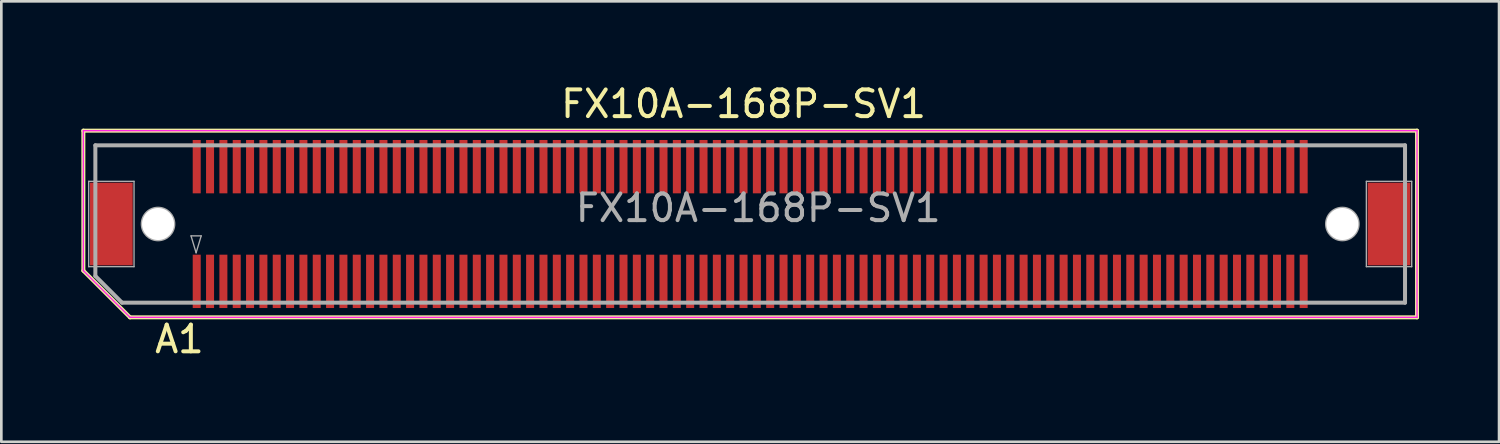
<source format=kicad_pcb>
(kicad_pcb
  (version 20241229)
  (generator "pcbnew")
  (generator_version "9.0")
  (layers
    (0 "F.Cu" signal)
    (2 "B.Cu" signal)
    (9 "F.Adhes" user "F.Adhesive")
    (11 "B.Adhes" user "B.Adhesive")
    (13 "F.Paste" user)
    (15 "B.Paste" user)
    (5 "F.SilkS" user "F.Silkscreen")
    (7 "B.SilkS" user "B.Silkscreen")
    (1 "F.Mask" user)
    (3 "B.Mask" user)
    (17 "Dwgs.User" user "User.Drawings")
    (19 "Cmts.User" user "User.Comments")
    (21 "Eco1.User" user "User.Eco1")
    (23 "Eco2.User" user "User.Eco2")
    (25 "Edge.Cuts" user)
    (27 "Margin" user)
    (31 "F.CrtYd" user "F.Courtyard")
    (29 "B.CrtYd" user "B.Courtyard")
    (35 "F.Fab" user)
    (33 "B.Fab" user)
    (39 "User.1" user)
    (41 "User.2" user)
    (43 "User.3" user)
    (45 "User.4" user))
  (footprint "FX10A-168P-SV1"
    (layer "F.Cu")
    (at 25.075 5.348)
    (property "Reference" "FX10A-168P-SV1" (at -0.25 -4.5 0) (layer "F.SilkS") (effects (font (size 1 1) (thickness 0.15))))
    (attr through_hole)
    (fp_line (start -25 -3.5) (end 25 -3.5) (stroke (width 0.15) (type solid)) (layer "F.SilkS"))
    (fp_line (start -25 1.75) (end -25 -3.5) (stroke (width 0.15) (type solid)) (layer "F.SilkS"))
    (fp_line (start -23.25 3.5) (end -25 1.75) (stroke (width 0.15) (type solid)) (layer "F.SilkS"))
    (fp_line (start 25 -3.5) (end 25 3.5) (stroke (width 0.15) (type solid)) (layer "F.SilkS"))
    (fp_line (start 25 3.5) (end -23.25 3.5) (stroke (width 0.15) (type solid)) (layer "F.SilkS"))
    (fp_line (start -25 -3.5) (end -25 1.75) (stroke (width 0.05) (type solid)) (layer "F.CrtYd"))
    (fp_line (start -25 1.75) (end -23.25 3.5) (stroke (width 0.05) (type solid)) (layer "F.CrtYd"))
    (fp_line (start -23.25 3.5) (end 25 3.5) (stroke (width 0.05) (type solid)) (layer "F.CrtYd"))
    (fp_line (start 25 -3.5) (end -25 -3.5) (stroke (width 0.05) (type solid)) (layer "F.CrtYd"))
    (fp_line (start 25 3.5) (end 25 -3.5) (stroke (width 0.05) (type solid)) (layer "F.CrtYd"))
    (fp_line (start -24.8 -1.6) (end -23.1 -1.6) (stroke (width 0.05) (type solid)) (layer "F.Fab"))
    (fp_line (start -24.8 1.6) (end -24.8 -1.6) (stroke (width 0.05) (type solid)) (layer "F.Fab"))
    (fp_line (start -24.55 -2.95) (end -24.55 1.95) (stroke (width 0.15) (type solid)) (layer "F.Fab"))
    (fp_line (start -24.55 -2.95) (end 24.55 -2.95) (stroke (width 0.15) (type solid)) (layer "F.Fab"))
    (fp_line (start -24.55 1.95) (end -23.55 2.95) (stroke (width 0.15) (type solid)) (layer "F.Fab"))
    (fp_line (start -23.55 2.95) (end 24.55 2.95) (stroke (width 0.15) (type solid)) (layer "F.Fab"))
    (fp_line (start -23.1 -1.6) (end -23.1 1.6) (stroke (width 0.05) (type solid)) (layer "F.Fab"))
    (fp_line (start -23.1 1.6) (end -24.8 1.6) (stroke (width 0.05) (type solid)) (layer "F.Fab"))
    (fp_line (start -20.963 0.445) (end -20.773 1.079) (stroke (width 0.05) (type solid)) (layer "F.Fab"))
    (fp_line (start -20.773 1.079) (end -20.582 0.445) (stroke (width 0.05) (type solid)) (layer "F.Fab"))
    (fp_line (start -20.582 0.445) (end -20.963 0.445) (stroke (width 0.05) (type solid)) (layer "F.Fab"))
    (fp_line (start 23.1 -1.6) (end 24.8 -1.6) (stroke (width 0.05) (type solid)) (layer "F.Fab"))
    (fp_line (start 23.1 1.6) (end 23.1 -1.6) (stroke (width 0.05) (type solid)) (layer "F.Fab"))
    (fp_line (start 24.55 -2.95) (end 24.55 2.95) (stroke (width 0.15) (type solid)) (layer "F.Fab"))
    (fp_line (start 24.8 -1.6) (end 24.8 1.6) (stroke (width 0.05) (type solid)) (layer "F.Fab"))
    (fp_line (start 24.8 1.6) (end 23.1 1.6) (stroke (width 0.05) (type solid)) (layer "F.Fab"))
    (fp_circle (center -22.2 0) (end -22.8 0) (stroke (width 0.1) (type solid)) (fill no) (layer "F.Fab"))
    (fp_circle (center 22.2 0) (end 22.8 0) (stroke (width 0.1) (type solid)) (fill no) (layer "F.Fab"))
    (fp_text user "A1" (at -21.399 4.318 0) (layer "F.SilkS") (effects (font (size 1 1) (thickness 0.15))))
    (fp_text user "${REFERENCE}" (at 0.3 -0.6 0) (layer "F.Fab") (effects (font (size 1 1) (thickness 0.15))))
    (pad "" smd rect (at -23.95 0) (size 1.6 3.1) (layers "F.Cu" "F.Mask" "F.Paste"))
    (pad "" np_thru_hole circle (at -22.2 0) (size 1.2 1.2) (drill 1.2) (layers "*.Mask" "F.Cu"))
    (pad "" np_thru_hole circle (at 22.2 0) (size 1.2 1.2) (drill 1.2) (layers "*.Mask" "F.Cu"))
    (pad "" smd rect (at 23.95 0) (size 1.6 3.1) (layers "F.Cu" "F.Mask" "F.Paste"))
    (pad "A1" smd rect (at -20.75 2.15) (size 0.3 2) (layers "F.Cu" "F.Mask" "F.Paste"))
    (pad "A2" smd rect (at -20.25 2.15) (size 0.3 2) (layers "F.Cu" "F.Mask" "F.Paste"))
    (pad "A3" smd rect (at -19.75 2.15) (size 0.3 2) (layers "F.Cu" "F.Mask" "F.Paste"))
    (pad "A4" smd rect (at -19.25 2.15) (size 0.3 2) (layers "F.Cu" "F.Mask" "F.Paste"))
    (pad "A5" smd rect (at -18.75 2.15) (size 0.3 2) (layers "F.Cu" "F.Mask" "F.Paste"))
    (pad "A6" smd rect (at -18.25 2.15) (size 0.3 2) (layers "F.Cu" "F.Mask" "F.Paste"))
    (pad "A7" smd rect (at -17.75 2.15) (size 0.3 2) (layers "F.Cu" "F.Mask" "F.Paste"))
    (pad "A8" smd rect (at -17.25 2.15) (size 0.3 2) (layers "F.Cu" "F.Mask" "F.Paste"))
    (pad "A9" smd rect (at -16.75 2.15) (size 0.3 2) (layers "F.Cu" "F.Mask" "F.Paste"))
    (pad "A10" smd rect (at -16.25 2.15) (size 0.3 2) (layers "F.Cu" "F.Mask" "F.Paste"))
    (pad "A11" smd rect (at -15.75 2.15) (size 0.3 2) (layers "F.Cu" "F.Mask" "F.Paste"))
    (pad "A12" smd rect (at -15.25 2.15) (size 0.3 2) (layers "F.Cu" "F.Mask" "F.Paste"))
    (pad "A13" smd rect (at -14.75 2.15) (size 0.3 2) (layers "F.Cu" "F.Mask" "F.Paste"))
    (pad "A14" smd rect (at -14.25 2.15) (size 0.3 2) (layers "F.Cu" "F.Mask" "F.Paste"))
    (pad "A15" smd rect (at -13.75 2.15) (size 0.3 2) (layers "F.Cu" "F.Mask" "F.Paste"))
    (pad "A16" smd rect (at -13.25 2.15) (size 0.3 2) (layers "F.Cu" "F.Mask" "F.Paste"))
    (pad "A17" smd rect (at -12.75 2.15) (size 0.3 2) (layers "F.Cu" "F.Mask" "F.Paste"))
    (pad "A18" smd rect (at -12.25 2.15) (size 0.3 2) (layers "F.Cu" "F.Mask" "F.Paste"))
    (pad "A19" smd rect (at -11.75 2.15) (size 0.3 2) (layers "F.Cu" "F.Mask" "F.Paste"))
    (pad "A20" smd rect (at -11.25 2.15) (size 0.3 2) (layers "F.Cu" "F.Mask" "F.Paste"))
    (pad "A21" smd rect (at -10.75 2.15) (size 0.3 2) (layers "F.Cu" "F.Mask" "F.Paste"))
    (pad "A22" smd rect (at -10.25 2.15) (size 0.3 2) (layers "F.Cu" "F.Mask" "F.Paste"))
    (pad "A23" smd rect (at -9.75 2.15) (size 0.3 2) (layers "F.Cu" "F.Mask" "F.Paste"))
    (pad "A24" smd rect (at -9.25 2.15) (size 0.3 2) (layers "F.Cu" "F.Mask" "F.Paste"))
    (pad "A25" smd rect (at -8.75 2.15) (size 0.3 2) (layers "F.Cu" "F.Mask" "F.Paste"))
    (pad "A26" smd rect (at -8.25 2.15) (size 0.3 2) (layers "F.Cu" "F.Mask" "F.Paste"))
    (pad "A27" smd rect (at -7.75 2.15) (size 0.3 2) (layers "F.Cu" "F.Mask" "F.Paste"))
    (pad "A28" smd rect (at -7.25 2.15) (size 0.3 2) (layers "F.Cu" "F.Mask" "F.Paste"))
    (pad "A29" smd rect (at -6.75 2.15) (size 0.3 2) (layers "F.Cu" "F.Mask" "F.Paste"))
    (pad "A30" smd rect (at -6.25 2.15) (size 0.3 2) (layers "F.Cu" "F.Mask" "F.Paste"))
    (pad "A31" smd rect (at -5.75 2.15) (size 0.3 2) (layers "F.Cu" "F.Mask" "F.Paste"))
    (pad "A32" smd rect (at -5.25 2.15) (size 0.3 2) (layers "F.Cu" "F.Mask" "F.Paste"))
    (pad "A33" smd rect (at -4.75 2.15) (size 0.3 2) (layers "F.Cu" "F.Mask" "F.Paste"))
    (pad "A34" smd rect (at -4.25 2.15) (size 0.3 2) (layers "F.Cu" "F.Mask" "F.Paste"))
    (pad "A35" smd rect (at -3.75 2.15) (size 0.3 2) (layers "F.Cu" "F.Mask" "F.Paste"))
    (pad "A36" smd rect (at -3.25 2.15) (size 0.3 2) (layers "F.Cu" "F.Mask" "F.Paste"))
    (pad "A37" smd rect (at -2.75 2.15) (size 0.3 2) (layers "F.Cu" "F.Mask" "F.Paste"))
    (pad "A38" smd rect (at -2.25 2.15) (size 0.3 2) (layers "F.Cu" "F.Mask" "F.Paste"))
    (pad "A39" smd rect (at -1.75 2.15) (size 0.3 2) (layers "F.Cu" "F.Mask" "F.Paste"))
    (pad "A40" smd rect (at -1.25 2.15) (size 0.3 2) (layers "F.Cu" "F.Mask" "F.Paste"))
    (pad "A41" smd rect (at -0.75 2.15) (size 0.3 2) (layers "F.Cu" "F.Mask" "F.Paste"))
    (pad "A42" smd rect (at -0.25 2.15) (size 0.3 2) (layers "F.Cu" "F.Mask" "F.Paste"))
    (pad "A43" smd rect (at 0.25 2.15) (size 0.3 2) (layers "F.Cu" "F.Mask" "F.Paste"))
    (pad "A44" smd rect (at 0.75 2.15) (size 0.3 2) (layers "F.Cu" "F.Mask" "F.Paste"))
    (pad "A45" smd rect (at 1.25 2.15) (size 0.3 2) (layers "F.Cu" "F.Mask" "F.Paste"))
    (pad "A46" smd rect (at 1.75 2.15) (size 0.3 2) (layers "F.Cu" "F.Mask" "F.Paste"))
    (pad "A47" smd rect (at 2.25 2.15) (size 0.3 2) (layers "F.Cu" "F.Mask" "F.Paste"))
    (pad "A48" smd rect (at 2.75 2.15) (size 0.3 2) (layers "F.Cu" "F.Mask" "F.Paste"))
    (pad "A49" smd rect (at 3.25 2.15) (size 0.3 2) (layers "F.Cu" "F.Mask" "F.Paste"))
    (pad "A50" smd rect (at 3.75 2.15) (size 0.3 2) (layers "F.Cu" "F.Mask" "F.Paste"))
    (pad "A51" smd rect (at 4.25 2.15) (size 0.3 2) (layers "F.Cu" "F.Mask" "F.Paste"))
    (pad "A52" smd rect (at 4.75 2.15) (size 0.3 2) (layers "F.Cu" "F.Mask" "F.Paste"))
    (pad "A53" smd rect (at 5.25 2.15) (size 0.3 2) (layers "F.Cu" "F.Mask" "F.Paste"))
    (pad "A54" smd rect (at 5.75 2.15) (size 0.3 2) (layers "F.Cu" "F.Mask" "F.Paste"))
    (pad "A55" smd rect (at 6.25 2.15) (size 0.3 2) (layers "F.Cu" "F.Mask" "F.Paste"))
    (pad "A56" smd rect (at 6.75 2.15) (size 0.3 2) (layers "F.Cu" "F.Mask" "F.Paste"))
    (pad "A57" smd rect (at 7.25 2.15) (size 0.3 2) (layers "F.Cu" "F.Mask" "F.Paste"))
    (pad "A58" smd rect (at 7.75 2.15) (size 0.3 2) (layers "F.Cu" "F.Mask" "F.Paste"))
    (pad "A59" smd rect (at 8.25 2.15) (size 0.3 2) (layers "F.Cu" "F.Mask" "F.Paste"))
    (pad "A60" smd rect (at 8.75 2.15) (size 0.3 2) (layers "F.Cu" "F.Mask" "F.Paste"))
    (pad "A61" smd rect (at 9.25 2.15) (size 0.3 2) (layers "F.Cu" "F.Mask" "F.Paste"))
    (pad "A62" smd rect (at 9.75 2.15) (size 0.3 2) (layers "F.Cu" "F.Mask" "F.Paste"))
    (pad "A63" smd rect (at 10.25 2.15) (size 0.3 2) (layers "F.Cu" "F.Mask" "F.Paste"))
    (pad "A64" smd rect (at 10.75 2.15) (size 0.3 2) (layers "F.Cu" "F.Mask" "F.Paste"))
    (pad "A65" smd rect (at 11.25 2.15) (size 0.3 2) (layers "F.Cu" "F.Mask" "F.Paste"))
    (pad "A66" smd rect (at 11.75 2.15) (size 0.3 2) (layers "F.Cu" "F.Mask" "F.Paste"))
    (pad "A67" smd rect (at 12.25 2.15) (size 0.3 2) (layers "F.Cu" "F.Mask" "F.Paste"))
    (pad "A68" smd rect (at 12.75 2.15) (size 0.3 2) (layers "F.Cu" "F.Mask" "F.Paste"))
    (pad "A69" smd rect (at 13.25 2.15) (size 0.3 2) (layers "F.Cu" "F.Mask" "F.Paste"))
    (pad "A70" smd rect (at 13.75 2.15) (size 0.3 2) (layers "F.Cu" "F.Mask" "F.Paste"))
    (pad "A71" smd rect (at 14.25 2.15) (size 0.3 2) (layers "F.Cu" "F.Mask" "F.Paste"))
    (pad "A72" smd rect (at 14.75 2.15) (size 0.3 2) (layers "F.Cu" "F.Mask" "F.Paste"))
    (pad "A73" smd rect (at 15.25 2.15) (size 0.3 2) (layers "F.Cu" "F.Mask" "F.Paste"))
    (pad "A74" smd rect (at 15.75 2.15) (size 0.3 2) (layers "F.Cu" "F.Mask" "F.Paste"))
    (pad "A75" smd rect (at 16.25 2.15) (size 0.3 2) (layers "F.Cu" "F.Mask" "F.Paste"))
    (pad "A76" smd rect (at 16.75 2.15) (size 0.3 2) (layers "F.Cu" "F.Mask" "F.Paste"))
    (pad "A77" smd rect (at 17.25 2.15) (size 0.3 2) (layers "F.Cu" "F.Mask" "F.Paste"))
    (pad "A78" smd rect (at 17.75 2.15) (size 0.3 2) (layers "F.Cu" "F.Mask" "F.Paste"))
    (pad "A79" smd rect (at 18.25 2.15) (size 0.3 2) (layers "F.Cu" "F.Mask" "F.Paste"))
    (pad "A80" smd rect (at 18.75 2.15) (size 0.3 2) (layers "F.Cu" "F.Mask" "F.Paste"))
    (pad "A81" smd rect (at 19.25 2.15) (size 0.3 2) (layers "F.Cu" "F.Mask" "F.Paste"))
    (pad "A82" smd rect (at 19.75 2.15) (size 0.3 2) (layers "F.Cu" "F.Mask" "F.Paste"))
    (pad "A83" smd rect (at 20.25 2.15) (size 0.3 2) (layers "F.Cu" "F.Mask" "F.Paste"))
    (pad "A84" smd rect (at 20.75 2.15) (size 0.3 2) (layers "F.Cu" "F.Mask" "F.Paste"))
    (pad "B1" smd rect (at -20.75 -2.15) (size 0.3 2) (layers "F.Cu" "F.Mask" "F.Paste"))
    (pad "B2" smd rect (at -20.25 -2.15) (size 0.3 2) (layers "F.Cu" "F.Mask" "F.Paste"))
    (pad "B3" smd rect (at -19.75 -2.15) (size 0.3 2) (layers "F.Cu" "F.Mask" "F.Paste"))
    (pad "B4" smd rect (at -19.25 -2.15) (size 0.3 2) (layers "F.Cu" "F.Mask" "F.Paste"))
    (pad "B5" smd rect (at -18.75 -2.15) (size 0.3 2) (layers "F.Cu" "F.Mask" "F.Paste"))
    (pad "B6" smd rect (at -18.25 -2.15) (size 0.3 2) (layers "F.Cu" "F.Mask" "F.Paste"))
    (pad "B7" smd rect (at -17.75 -2.15) (size 0.3 2) (layers "F.Cu" "F.Mask" "F.Paste"))
    (pad "B8" smd rect (at -17.25 -2.15) (size 0.3 2) (layers "F.Cu" "F.Mask" "F.Paste"))
    (pad "B9" smd rect (at -16.75 -2.15) (size 0.3 2) (layers "F.Cu" "F.Mask" "F.Paste"))
    (pad "B10" smd rect (at -16.25 -2.15) (size 0.3 2) (layers "F.Cu" "F.Mask" "F.Paste"))
    (pad "B11" smd rect (at -15.75 -2.15) (size 0.3 2) (layers "F.Cu" "F.Mask" "F.Paste"))
    (pad "B12" smd rect (at -15.25 -2.15) (size 0.3 2) (layers "F.Cu" "F.Mask" "F.Paste"))
    (pad "B13" smd rect (at -14.75 -2.15) (size 0.3 2) (layers "F.Cu" "F.Mask" "F.Paste"))
    (pad "B14" smd rect (at -14.25 -2.15) (size 0.3 2) (layers "F.Cu" "F.Mask" "F.Paste"))
    (pad "B15" smd rect (at -13.75 -2.15) (size 0.3 2) (layers "F.Cu" "F.Mask" "F.Paste"))
    (pad "B16" smd rect (at -13.25 -2.15) (size 0.3 2) (layers "F.Cu" "F.Mask" "F.Paste"))
    (pad "B17" smd rect (at -12.75 -2.15) (size 0.3 2) (layers "F.Cu" "F.Mask" "F.Paste"))
    (pad "B18" smd rect (at -12.25 -2.15) (size 0.3 2) (layers "F.Cu" "F.Mask" "F.Paste"))
    (pad "B19" smd rect (at -11.75 -2.15) (size 0.3 2) (layers "F.Cu" "F.Mask" "F.Paste"))
    (pad "B20" smd rect (at -11.25 -2.15) (size 0.3 2) (layers "F.Cu" "F.Mask" "F.Paste"))
    (pad "B21" smd rect (at -10.75 -2.15) (size 0.3 2) (layers "F.Cu" "F.Mask" "F.Paste"))
    (pad "B22" smd rect (at -10.25 -2.15) (size 0.3 2) (layers "F.Cu" "F.Mask" "F.Paste"))
    (pad "B23" smd rect (at -9.75 -2.15) (size 0.3 2) (layers "F.Cu" "F.Mask" "F.Paste"))
    (pad "B24" smd rect (at -9.25 -2.15) (size 0.3 2) (layers "F.Cu" "F.Mask" "F.Paste"))
    (pad "B25" smd rect (at -8.75 -2.15) (size 0.3 2) (layers "F.Cu" "F.Mask" "F.Paste"))
    (pad "B26" smd rect (at -8.25 -2.15) (size 0.3 2) (layers "F.Cu" "F.Mask" "F.Paste"))
    (pad "B27" smd rect (at -7.75 -2.15) (size 0.3 2) (layers "F.Cu" "F.Mask" "F.Paste"))
    (pad "B28" smd rect (at -7.25 -2.15) (size 0.3 2) (layers "F.Cu" "F.Mask" "F.Paste"))
    (pad "B29" smd rect (at -6.75 -2.15) (size 0.3 2) (layers "F.Cu" "F.Mask" "F.Paste"))
    (pad "B30" smd rect (at -6.25 -2.15) (size 0.3 2) (layers "F.Cu" "F.Mask" "F.Paste"))
    (pad "B31" smd rect (at -5.75 -2.15) (size 0.3 2) (layers "F.Cu" "F.Mask" "F.Paste"))
    (pad "B32" smd rect (at -5.25 -2.15) (size 0.3 2) (layers "F.Cu" "F.Mask" "F.Paste"))
    (pad "B33" smd rect (at -4.75 -2.15) (size 0.3 2) (layers "F.Cu" "F.Mask" "F.Paste"))
    (pad "B34" smd rect (at -4.25 -2.15) (size 0.3 2) (layers "F.Cu" "F.Mask" "F.Paste"))
    (pad "B35" smd rect (at -3.75 -2.15) (size 0.3 2) (layers "F.Cu" "F.Mask" "F.Paste"))
    (pad "B36" smd rect (at -3.25 -2.15) (size 0.3 2) (layers "F.Cu" "F.Mask" "F.Paste"))
    (pad "B37" smd rect (at -2.75 -2.15) (size 0.3 2) (layers "F.Cu" "F.Mask" "F.Paste"))
    (pad "B38" smd rect (at -2.25 -2.15) (size 0.3 2) (layers "F.Cu" "F.Mask" "F.Paste"))
    (pad "B39" smd rect (at -1.75 -2.15) (size 0.3 2) (layers "F.Cu" "F.Mask" "F.Paste"))
    (pad "B40" smd rect (at -1.25 -2.15) (size 0.3 2) (layers "F.Cu" "F.Mask" "F.Paste"))
    (pad "B41" smd rect (at -0.75 -2.15) (size 0.3 2) (layers "F.Cu" "F.Mask" "F.Paste"))
    (pad "B42" smd rect (at -0.25 -2.15) (size 0.3 2) (layers "F.Cu" "F.Mask" "F.Paste"))
    (pad "B43" smd rect (at 0.25 -2.15) (size 0.3 2) (layers "F.Cu" "F.Mask" "F.Paste"))
    (pad "B44" smd rect (at 0.75 -2.15) (size 0.3 2) (layers "F.Cu" "F.Mask" "F.Paste"))
    (pad "B45" smd rect (at 1.25 -2.15) (size 0.3 2) (layers "F.Cu" "F.Mask" "F.Paste"))
    (pad "B46" smd rect (at 1.75 -2.15) (size 0.3 2) (layers "F.Cu" "F.Mask" "F.Paste"))
    (pad "B47" smd rect (at 2.25 -2.15) (size 0.3 2) (layers "F.Cu" "F.Mask" "F.Paste"))
    (pad "B48" smd rect (at 2.75 -2.15) (size 0.3 2) (layers "F.Cu" "F.Mask" "F.Paste"))
    (pad "B49" smd rect (at 3.25 -2.15) (size 0.3 2) (layers "F.Cu" "F.Mask" "F.Paste"))
    (pad "B50" smd rect (at 3.75 -2.15) (size 0.3 2) (layers "F.Cu" "F.Mask" "F.Paste"))
    (pad "B51" smd rect (at 4.25 -2.15) (size 0.3 2) (layers "F.Cu" "F.Mask" "F.Paste"))
    (pad "B52" smd rect (at 4.75 -2.15) (size 0.3 2) (layers "F.Cu" "F.Mask" "F.Paste"))
    (pad "B53" smd rect (at 5.25 -2.15) (size 0.3 2) (layers "F.Cu" "F.Mask" "F.Paste"))
    (pad "B54" smd rect (at 5.75 -2.15) (size 0.3 2) (layers "F.Cu" "F.Mask" "F.Paste"))
    (pad "B55" smd rect (at 6.25 -2.15) (size 0.3 2) (layers "F.Cu" "F.Mask" "F.Paste"))
    (pad "B56" smd rect (at 6.75 -2.15) (size 0.3 2) (layers "F.Cu" "F.Mask" "F.Paste"))
    (pad "B57" smd rect (at 7.25 -2.15) (size 0.3 2) (layers "F.Cu" "F.Mask" "F.Paste"))
    (pad "B58" smd rect (at 7.75 -2.15) (size 0.3 2) (layers "F.Cu" "F.Mask" "F.Paste"))
    (pad "B59" smd rect (at 8.25 -2.15) (size 0.3 2) (layers "F.Cu" "F.Mask" "F.Paste"))
    (pad "B60" smd rect (at 8.75 -2.15) (size 0.3 2) (layers "F.Cu" "F.Mask" "F.Paste"))
    (pad "B61" smd rect (at 9.25 -2.15) (size 0.3 2) (layers "F.Cu" "F.Mask" "F.Paste"))
    (pad "B62" smd rect (at 9.75 -2.15) (size 0.3 2) (layers "F.Cu" "F.Mask" "F.Paste"))
    (pad "B63" smd rect (at 10.25 -2.15) (size 0.3 2) (layers "F.Cu" "F.Mask" "F.Paste"))
    (pad "B64" smd rect (at 10.75 -2.15) (size 0.3 2) (layers "F.Cu" "F.Mask" "F.Paste"))
    (pad "B65" smd rect (at 11.25 -2.15) (size 0.3 2) (layers "F.Cu" "F.Mask" "F.Paste"))
    (pad "B66" smd rect (at 11.75 -2.15) (size 0.3 2) (layers "F.Cu" "F.Mask" "F.Paste"))
    (pad "B67" smd rect (at 12.25 -2.15) (size 0.3 2) (layers "F.Cu" "F.Mask" "F.Paste"))
    (pad "B68" smd rect (at 12.75 -2.15) (size 0.3 2) (layers "F.Cu" "F.Mask" "F.Paste"))
    (pad "B69" smd rect (at 13.25 -2.15) (size 0.3 2) (layers "F.Cu" "F.Mask" "F.Paste"))
    (pad "B70" smd rect (at 13.75 -2.15) (size 0.3 2) (layers "F.Cu" "F.Mask" "F.Paste"))
    (pad "B71" smd rect (at 14.25 -2.15) (size 0.3 2) (layers "F.Cu" "F.Mask" "F.Paste"))
    (pad "B72" smd rect (at 14.75 -2.15) (size 0.3 2) (layers "F.Cu" "F.Mask" "F.Paste"))
    (pad "B73" smd rect (at 15.25 -2.15) (size 0.3 2) (layers "F.Cu" "F.Mask" "F.Paste"))
    (pad "B74" smd rect (at 15.75 -2.15) (size 0.3 2) (layers "F.Cu" "F.Mask" "F.Paste"))
    (pad "B75" smd rect (at 16.25 -2.15) (size 0.3 2) (layers "F.Cu" "F.Mask" "F.Paste"))
    (pad "B76" smd rect (at 16.75 -2.15) (size 0.3 2) (layers "F.Cu" "F.Mask" "F.Paste"))
    (pad "B77" smd rect (at 17.25 -2.15) (size 0.3 2) (layers "F.Cu" "F.Mask" "F.Paste"))
    (pad "B78" smd rect (at 17.75 -2.15) (size 0.3 2) (layers "F.Cu" "F.Mask" "F.Paste"))
    (pad "B79" smd rect (at 18.25 -2.15) (size 0.3 2) (layers "F.Cu" "F.Mask" "F.Paste"))
    (pad "B80" smd rect (at 18.75 -2.15) (size 0.3 2) (layers "F.Cu" "F.Mask" "F.Paste"))
    (pad "B81" smd rect (at 19.25 -2.15) (size 0.3 2) (layers "F.Cu" "F.Mask" "F.Paste"))
    (pad "B82" smd rect (at 19.75 -2.15) (size 0.3 2) (layers "F.Cu" "F.Mask" "F.Paste"))
    (pad "B83" smd rect (at 20.25 -2.15) (size 0.3 2) (layers "F.Cu" "F.Mask" "F.Paste"))
    (pad "B84" smd rect (at 20.75 -2.15) (size 0.3 2) (layers "F.Cu" "F.Mask" "F.Paste")))
  (gr_rect
    (start -3 -3)
    (end 53.15 13.514)
    (stroke (width 0.1) (type default))
    (fill no)
    (layer "Edge.Cuts")))
</source>
